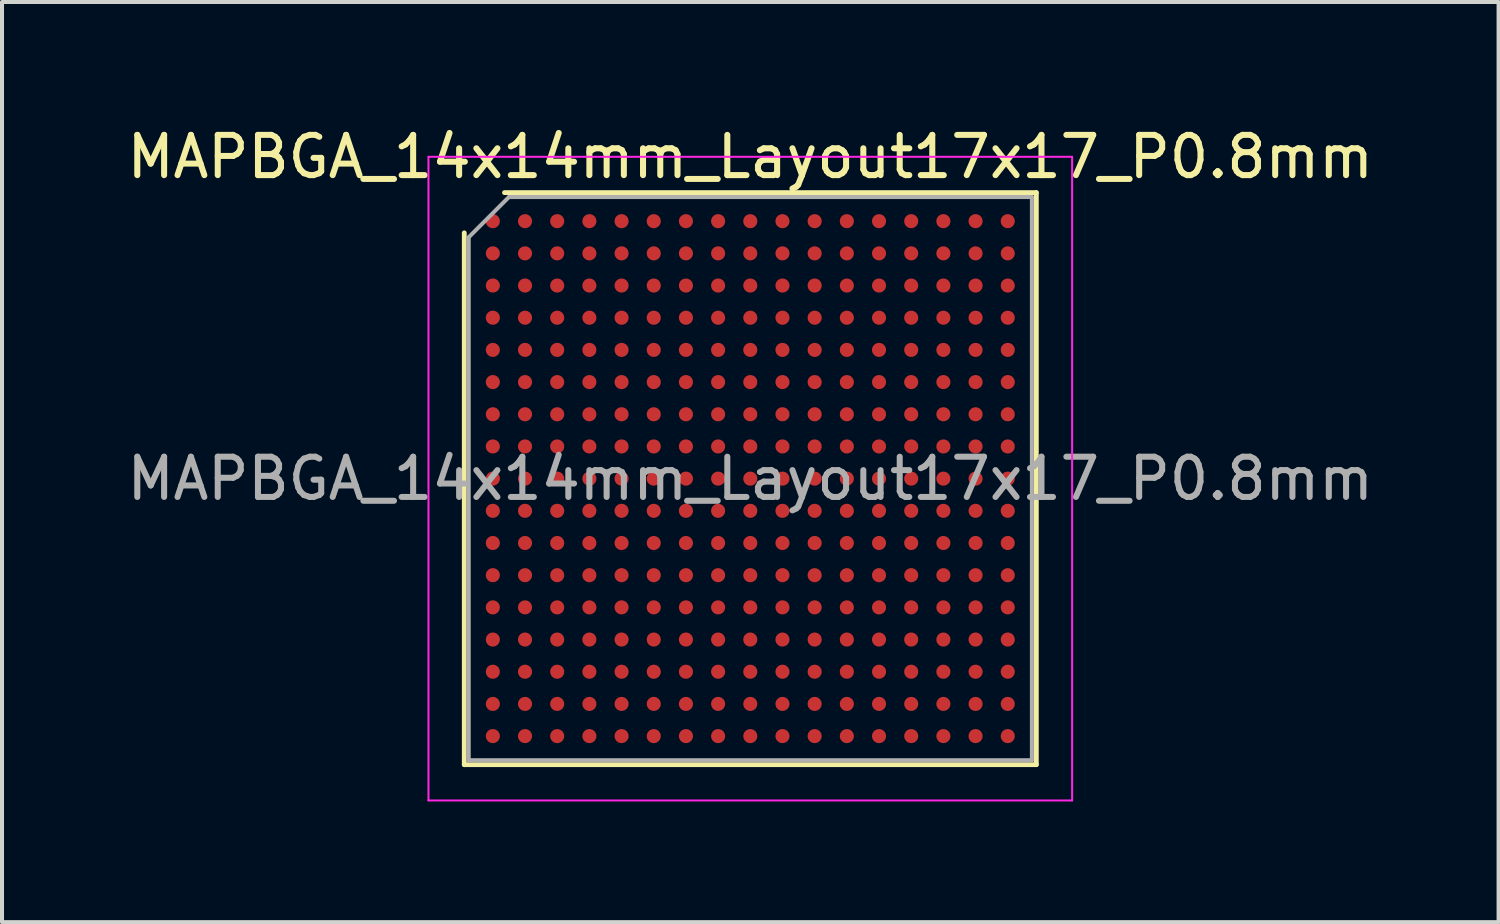
<source format=kicad_pcb>
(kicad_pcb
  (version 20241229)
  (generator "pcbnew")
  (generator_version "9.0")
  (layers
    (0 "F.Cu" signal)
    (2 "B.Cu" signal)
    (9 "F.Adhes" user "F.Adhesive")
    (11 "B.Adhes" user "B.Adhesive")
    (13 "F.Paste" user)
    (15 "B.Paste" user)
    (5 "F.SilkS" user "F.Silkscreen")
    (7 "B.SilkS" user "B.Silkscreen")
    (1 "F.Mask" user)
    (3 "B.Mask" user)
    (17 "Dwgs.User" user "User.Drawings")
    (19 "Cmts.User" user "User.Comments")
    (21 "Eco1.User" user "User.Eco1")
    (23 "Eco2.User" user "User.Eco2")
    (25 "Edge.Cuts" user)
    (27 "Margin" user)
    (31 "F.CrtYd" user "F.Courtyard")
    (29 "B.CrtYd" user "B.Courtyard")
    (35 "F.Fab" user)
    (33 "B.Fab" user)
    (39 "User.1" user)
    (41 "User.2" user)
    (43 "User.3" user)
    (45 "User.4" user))
  (footprint "MAPBGA_14x14mm_Layout17x17_P0.8mm"
    (layer "F.Cu")
    (at 15.601 8.848)
    (property "Reference" "MAPBGA_14x14mm_Layout17x17_P0.8mm" (at 0 -8 0) (layer "F.SilkS") (effects (font (size 1 1) (thickness 0.15))))
    (attr smd)
    (fp_line (start -7.11 7.11) (end -7.11 -6.11) (stroke (width 0.12) (type solid)) (layer "F.SilkS"))
    (fp_line (start -6.11 -7.11) (end 7.11 -7.11) (stroke (width 0.12) (type solid)) (layer "F.SilkS"))
    (fp_line (start 7.11 -7.11) (end 7.11 7.11) (stroke (width 0.12) (type solid)) (layer "F.SilkS"))
    (fp_line (start 7.11 7.11) (end -7.11 7.11) (stroke (width 0.12) (type solid)) (layer "F.SilkS"))
    (fp_line (start -8 -8) (end -8 8) (stroke (width 0.05) (type solid)) (layer "F.CrtYd"))
    (fp_line (start -8 8) (end 8 8) (stroke (width 0.05) (type solid)) (layer "F.CrtYd"))
    (fp_line (start 8 -8) (end -8 -8) (stroke (width 0.05) (type solid)) (layer "F.CrtYd"))
    (fp_line (start 8 8) (end 8 -8) (stroke (width 0.05) (type solid)) (layer "F.CrtYd"))
    (fp_line (start -7 -6) (end -6 -7) (stroke (width 0.1) (type solid)) (layer "F.Fab"))
    (fp_line (start -7 7) (end -7 -6) (stroke (width 0.1) (type solid)) (layer "F.Fab"))
    (fp_line (start -6 -7) (end 7 -7) (stroke (width 0.1) (type solid)) (layer "F.Fab"))
    (fp_line (start 7 -7) (end 7 7) (stroke (width 0.1) (type solid)) (layer "F.Fab"))
    (fp_line (start 7 7) (end -7 7) (stroke (width 0.1) (type solid)) (layer "F.Fab"))
    (fp_text user "${REFERENCE}" (at 0 0 0) (layer "F.Fab") (effects (font (size 1 1) (thickness 0.15))))
    (pad "A1" smd circle (at -6.4 -6.4) (size 0.35 0.35) (layers "F.Cu" "F.Mask" "F.Paste"))
    (pad "A2" smd circle (at -5.6 -6.4) (size 0.35 0.35) (layers "F.Cu" "F.Mask" "F.Paste"))
    (pad "A3" smd circle (at -4.8 -6.4) (size 0.35 0.35) (layers "F.Cu" "F.Mask" "F.Paste"))
    (pad "A4" smd circle (at -4 -6.4) (size 0.35 0.35) (layers "F.Cu" "F.Mask" "F.Paste"))
    (pad "A5" smd circle (at -3.2 -6.4) (size 0.35 0.35) (layers "F.Cu" "F.Mask" "F.Paste"))
    (pad "A6" smd circle (at -2.4 -6.4) (size 0.35 0.35) (layers "F.Cu" "F.Mask" "F.Paste"))
    (pad "A7" smd circle (at -1.6 -6.4) (size 0.35 0.35) (layers "F.Cu" "F.Mask" "F.Paste"))
    (pad "A8" smd circle (at -0.8 -6.4) (size 0.35 0.35) (layers "F.Cu" "F.Mask" "F.Paste"))
    (pad "A9" smd circle (at 0 -6.4) (size 0.35 0.35) (layers "F.Cu" "F.Mask" "F.Paste"))
    (pad "A10" smd circle (at 0.8 -6.4) (size 0.35 0.35) (layers "F.Cu" "F.Mask" "F.Paste"))
    (pad "A11" smd circle (at 1.6 -6.4) (size 0.35 0.35) (layers "F.Cu" "F.Mask" "F.Paste"))
    (pad "A12" smd circle (at 2.4 -6.4) (size 0.35 0.35) (layers "F.Cu" "F.Mask" "F.Paste"))
    (pad "A13" smd circle (at 3.2 -6.4) (size 0.35 0.35) (layers "F.Cu" "F.Mask" "F.Paste"))
    (pad "A14" smd circle (at 4 -6.4) (size 0.35 0.35) (layers "F.Cu" "F.Mask" "F.Paste"))
    (pad "A15" smd circle (at 4.8 -6.4) (size 0.35 0.35) (layers "F.Cu" "F.Mask" "F.Paste"))
    (pad "A16" smd circle (at 5.6 -6.4) (size 0.35 0.35) (layers "F.Cu" "F.Mask" "F.Paste"))
    (pad "A17" smd circle (at 6.4 -6.4) (size 0.35 0.35) (layers "F.Cu" "F.Mask" "F.Paste"))
    (pad "B1" smd circle (at -6.4 -5.6) (size 0.35 0.35) (layers "F.Cu" "F.Mask" "F.Paste"))
    (pad "B2" smd circle (at -5.6 -5.6) (size 0.35 0.35) (layers "F.Cu" "F.Mask" "F.Paste"))
    (pad "B3" smd circle (at -4.8 -5.6) (size 0.35 0.35) (layers "F.Cu" "F.Mask" "F.Paste"))
    (pad "B4" smd circle (at -4 -5.6) (size 0.35 0.35) (layers "F.Cu" "F.Mask" "F.Paste"))
    (pad "B5" smd circle (at -3.2 -5.6) (size 0.35 0.35) (layers "F.Cu" "F.Mask" "F.Paste"))
    (pad "B6" smd circle (at -2.4 -5.6) (size 0.35 0.35) (layers "F.Cu" "F.Mask" "F.Paste"))
    (pad "B7" smd circle (at -1.6 -5.6) (size 0.35 0.35) (layers "F.Cu" "F.Mask" "F.Paste"))
    (pad "B8" smd circle (at -0.8 -5.6) (size 0.35 0.35) (layers "F.Cu" "F.Mask" "F.Paste"))
    (pad "B9" smd circle (at 0 -5.6) (size 0.35 0.35) (layers "F.Cu" "F.Mask" "F.Paste"))
    (pad "B10" smd circle (at 0.8 -5.6) (size 0.35 0.35) (layers "F.Cu" "F.Mask" "F.Paste"))
    (pad "B11" smd circle (at 1.6 -5.6) (size 0.35 0.35) (layers "F.Cu" "F.Mask" "F.Paste"))
    (pad "B12" smd circle (at 2.4 -5.6) (size 0.35 0.35) (layers "F.Cu" "F.Mask" "F.Paste"))
    (pad "B13" smd circle (at 3.2 -5.6) (size 0.35 0.35) (layers "F.Cu" "F.Mask" "F.Paste"))
    (pad "B14" smd circle (at 4 -5.6) (size 0.35 0.35) (layers "F.Cu" "F.Mask" "F.Paste"))
    (pad "B15" smd circle (at 4.8 -5.6) (size 0.35 0.35) (layers "F.Cu" "F.Mask" "F.Paste"))
    (pad "B16" smd circle (at 5.6 -5.6) (size 0.35 0.35) (layers "F.Cu" "F.Mask" "F.Paste"))
    (pad "B17" smd circle (at 6.4 -5.6) (size 0.35 0.35) (layers "F.Cu" "F.Mask" "F.Paste"))
    (pad "C1" smd circle (at -6.4 -4.8) (size 0.35 0.35) (layers "F.Cu" "F.Mask" "F.Paste"))
    (pad "C2" smd circle (at -5.6 -4.8) (size 0.35 0.35) (layers "F.Cu" "F.Mask" "F.Paste"))
    (pad "C3" smd circle (at -4.8 -4.8) (size 0.35 0.35) (layers "F.Cu" "F.Mask" "F.Paste"))
    (pad "C4" smd circle (at -4 -4.8) (size 0.35 0.35) (layers "F.Cu" "F.Mask" "F.Paste"))
    (pad "C5" smd circle (at -3.2 -4.8) (size 0.35 0.35) (layers "F.Cu" "F.Mask" "F.Paste"))
    (pad "C6" smd circle (at -2.4 -4.8) (size 0.35 0.35) (layers "F.Cu" "F.Mask" "F.Paste"))
    (pad "C7" smd circle (at -1.6 -4.8) (size 0.35 0.35) (layers "F.Cu" "F.Mask" "F.Paste"))
    (pad "C8" smd circle (at -0.8 -4.8) (size 0.35 0.35) (layers "F.Cu" "F.Mask" "F.Paste"))
    (pad "C9" smd circle (at 0 -4.8) (size 0.35 0.35) (layers "F.Cu" "F.Mask" "F.Paste"))
    (pad "C10" smd circle (at 0.8 -4.8) (size 0.35 0.35) (layers "F.Cu" "F.Mask" "F.Paste"))
    (pad "C11" smd circle (at 1.6 -4.8) (size 0.35 0.35) (layers "F.Cu" "F.Mask" "F.Paste"))
    (pad "C12" smd circle (at 2.4 -4.8) (size 0.35 0.35) (layers "F.Cu" "F.Mask" "F.Paste"))
    (pad "C13" smd circle (at 3.2 -4.8) (size 0.35 0.35) (layers "F.Cu" "F.Mask" "F.Paste"))
    (pad "C14" smd circle (at 4 -4.8) (size 0.35 0.35) (layers "F.Cu" "F.Mask" "F.Paste"))
    (pad "C15" smd circle (at 4.8 -4.8) (size 0.35 0.35) (layers "F.Cu" "F.Mask" "F.Paste"))
    (pad "C16" smd circle (at 5.6 -4.8) (size 0.35 0.35) (layers "F.Cu" "F.Mask" "F.Paste"))
    (pad "C17" smd circle (at 6.4 -4.8) (size 0.35 0.35) (layers "F.Cu" "F.Mask" "F.Paste"))
    (pad "D1" smd circle (at -6.4 -4) (size 0.35 0.35) (layers "F.Cu" "F.Mask" "F.Paste"))
    (pad "D2" smd circle (at -5.6 -4) (size 0.35 0.35) (layers "F.Cu" "F.Mask" "F.Paste"))
    (pad "D3" smd circle (at -4.8 -4) (size 0.35 0.35) (layers "F.Cu" "F.Mask" "F.Paste"))
    (pad "D4" smd circle (at -4 -4) (size 0.35 0.35) (layers "F.Cu" "F.Mask" "F.Paste"))
    (pad "D5" smd circle (at -3.2 -4) (size 0.35 0.35) (layers "F.Cu" "F.Mask" "F.Paste"))
    (pad "D6" smd circle (at -2.4 -4) (size 0.35 0.35) (layers "F.Cu" "F.Mask" "F.Paste"))
    (pad "D7" smd circle (at -1.6 -4) (size 0.35 0.35) (layers "F.Cu" "F.Mask" "F.Paste"))
    (pad "D8" smd circle (at -0.8 -4) (size 0.35 0.35) (layers "F.Cu" "F.Mask" "F.Paste"))
    (pad "D9" smd circle (at 0 -4) (size 0.35 0.35) (layers "F.Cu" "F.Mask" "F.Paste"))
    (pad "D10" smd circle (at 0.8 -4) (size 0.35 0.35) (layers "F.Cu" "F.Mask" "F.Paste"))
    (pad "D11" smd circle (at 1.6 -4) (size 0.35 0.35) (layers "F.Cu" "F.Mask" "F.Paste"))
    (pad "D12" smd circle (at 2.4 -4) (size 0.35 0.35) (layers "F.Cu" "F.Mask" "F.Paste"))
    (pad "D13" smd circle (at 3.2 -4) (size 0.35 0.35) (layers "F.Cu" "F.Mask" "F.Paste"))
    (pad "D14" smd circle (at 4 -4) (size 0.35 0.35) (layers "F.Cu" "F.Mask" "F.Paste"))
    (pad "D15" smd circle (at 4.8 -4) (size 0.35 0.35) (layers "F.Cu" "F.Mask" "F.Paste"))
    (pad "D16" smd circle (at 5.6 -4) (size 0.35 0.35) (layers "F.Cu" "F.Mask" "F.Paste"))
    (pad "D17" smd circle (at 6.4 -4) (size 0.35 0.35) (layers "F.Cu" "F.Mask" "F.Paste"))
    (pad "E1" smd circle (at -6.4 -3.2) (size 0.35 0.35) (layers "F.Cu" "F.Mask" "F.Paste"))
    (pad "E2" smd circle (at -5.6 -3.2) (size 0.35 0.35) (layers "F.Cu" "F.Mask" "F.Paste"))
    (pad "E3" smd circle (at -4.8 -3.2) (size 0.35 0.35) (layers "F.Cu" "F.Mask" "F.Paste"))
    (pad "E4" smd circle (at -4 -3.2) (size 0.35 0.35) (layers "F.Cu" "F.Mask" "F.Paste"))
    (pad "E5" smd circle (at -3.2 -3.2) (size 0.35 0.35) (layers "F.Cu" "F.Mask" "F.Paste"))
    (pad "E6" smd circle (at -2.4 -3.2) (size 0.35 0.35) (layers "F.Cu" "F.Mask" "F.Paste"))
    (pad "E7" smd circle (at -1.6 -3.2) (size 0.35 0.35) (layers "F.Cu" "F.Mask" "F.Paste"))
    (pad "E8" smd circle (at -0.8 -3.2) (size 0.35 0.35) (layers "F.Cu" "F.Mask" "F.Paste"))
    (pad "E9" smd circle (at 0 -3.2) (size 0.35 0.35) (layers "F.Cu" "F.Mask" "F.Paste"))
    (pad "E10" smd circle (at 0.8 -3.2) (size 0.35 0.35) (layers "F.Cu" "F.Mask" "F.Paste"))
    (pad "E11" smd circle (at 1.6 -3.2) (size 0.35 0.35) (layers "F.Cu" "F.Mask" "F.Paste"))
    (pad "E12" smd circle (at 2.4 -3.2) (size 0.35 0.35) (layers "F.Cu" "F.Mask" "F.Paste"))
    (pad "E13" smd circle (at 3.2 -3.2) (size 0.35 0.35) (layers "F.Cu" "F.Mask" "F.Paste"))
    (pad "E14" smd circle (at 4 -3.2) (size 0.35 0.35) (layers "F.Cu" "F.Mask" "F.Paste"))
    (pad "E15" smd circle (at 4.8 -3.2) (size 0.35 0.35) (layers "F.Cu" "F.Mask" "F.Paste"))
    (pad "E16" smd circle (at 5.6 -3.2) (size 0.35 0.35) (layers "F.Cu" "F.Mask" "F.Paste"))
    (pad "E17" smd circle (at 6.4 -3.2) (size 0.35 0.35) (layers "F.Cu" "F.Mask" "F.Paste"))
    (pad "F1" smd circle (at -6.4 -2.4) (size 0.35 0.35) (layers "F.Cu" "F.Mask" "F.Paste"))
    (pad "F2" smd circle (at -5.6 -2.4) (size 0.35 0.35) (layers "F.Cu" "F.Mask" "F.Paste"))
    (pad "F3" smd circle (at -4.8 -2.4) (size 0.35 0.35) (layers "F.Cu" "F.Mask" "F.Paste"))
    (pad "F4" smd circle (at -4 -2.4) (size 0.35 0.35) (layers "F.Cu" "F.Mask" "F.Paste"))
    (pad "F5" smd circle (at -3.2 -2.4) (size 0.35 0.35) (layers "F.Cu" "F.Mask" "F.Paste"))
    (pad "F6" smd circle (at -2.4 -2.4) (size 0.35 0.35) (layers "F.Cu" "F.Mask" "F.Paste"))
    (pad "F7" smd circle (at -1.6 -2.4) (size 0.35 0.35) (layers "F.Cu" "F.Mask" "F.Paste"))
    (pad "F8" smd circle (at -0.8 -2.4) (size 0.35 0.35) (layers "F.Cu" "F.Mask" "F.Paste"))
    (pad "F9" smd circle (at 0 -2.4) (size 0.35 0.35) (layers "F.Cu" "F.Mask" "F.Paste"))
    (pad "F10" smd circle (at 0.8 -2.4) (size 0.35 0.35) (layers "F.Cu" "F.Mask" "F.Paste"))
    (pad "F11" smd circle (at 1.6 -2.4) (size 0.35 0.35) (layers "F.Cu" "F.Mask" "F.Paste"))
    (pad "F12" smd circle (at 2.4 -2.4) (size 0.35 0.35) (layers "F.Cu" "F.Mask" "F.Paste"))
    (pad "F13" smd circle (at 3.2 -2.4) (size 0.35 0.35) (layers "F.Cu" "F.Mask" "F.Paste"))
    (pad "F14" smd circle (at 4 -2.4) (size 0.35 0.35) (layers "F.Cu" "F.Mask" "F.Paste"))
    (pad "F15" smd circle (at 4.8 -2.4) (size 0.35 0.35) (layers "F.Cu" "F.Mask" "F.Paste"))
    (pad "F16" smd circle (at 5.6 -2.4) (size 0.35 0.35) (layers "F.Cu" "F.Mask" "F.Paste"))
    (pad "F17" smd circle (at 6.4 -2.4) (size 0.35 0.35) (layers "F.Cu" "F.Mask" "F.Paste"))
    (pad "G1" smd circle (at -6.4 -1.6) (size 0.35 0.35) (layers "F.Cu" "F.Mask" "F.Paste"))
    (pad "G2" smd circle (at -5.6 -1.6) (size 0.35 0.35) (layers "F.Cu" "F.Mask" "F.Paste"))
    (pad "G3" smd circle (at -4.8 -1.6) (size 0.35 0.35) (layers "F.Cu" "F.Mask" "F.Paste"))
    (pad "G4" smd circle (at -4 -1.6) (size 0.35 0.35) (layers "F.Cu" "F.Mask" "F.Paste"))
    (pad "G5" smd circle (at -3.2 -1.6) (size 0.35 0.35) (layers "F.Cu" "F.Mask" "F.Paste"))
    (pad "G6" smd circle (at -2.4 -1.6) (size 0.35 0.35) (layers "F.Cu" "F.Mask" "F.Paste"))
    (pad "G7" smd circle (at -1.6 -1.6) (size 0.35 0.35) (layers "F.Cu" "F.Mask" "F.Paste"))
    (pad "G8" smd circle (at -0.8 -1.6) (size 0.35 0.35) (layers "F.Cu" "F.Mask" "F.Paste"))
    (pad "G9" smd circle (at 0 -1.6) (size 0.35 0.35) (layers "F.Cu" "F.Mask" "F.Paste"))
    (pad "G10" smd circle (at 0.8 -1.6) (size 0.35 0.35) (layers "F.Cu" "F.Mask" "F.Paste"))
    (pad "G11" smd circle (at 1.6 -1.6) (size 0.35 0.35) (layers "F.Cu" "F.Mask" "F.Paste"))
    (pad "G12" smd circle (at 2.4 -1.6) (size 0.35 0.35) (layers "F.Cu" "F.Mask" "F.Paste"))
    (pad "G13" smd circle (at 3.2 -1.6) (size 0.35 0.35) (layers "F.Cu" "F.Mask" "F.Paste"))
    (pad "G14" smd circle (at 4 -1.6) (size 0.35 0.35) (layers "F.Cu" "F.Mask" "F.Paste"))
    (pad "G15" smd circle (at 4.8 -1.6) (size 0.35 0.35) (layers "F.Cu" "F.Mask" "F.Paste"))
    (pad "G16" smd circle (at 5.6 -1.6) (size 0.35 0.35) (layers "F.Cu" "F.Mask" "F.Paste"))
    (pad "G17" smd circle (at 6.4 -1.6) (size 0.35 0.35) (layers "F.Cu" "F.Mask" "F.Paste"))
    (pad "H1" smd circle (at -6.4 -0.8) (size 0.35 0.35) (layers "F.Cu" "F.Mask" "F.Paste"))
    (pad "H2" smd circle (at -5.6 -0.8) (size 0.35 0.35) (layers "F.Cu" "F.Mask" "F.Paste"))
    (pad "H3" smd circle (at -4.8 -0.8) (size 0.35 0.35) (layers "F.Cu" "F.Mask" "F.Paste"))
    (pad "H4" smd circle (at -4 -0.8) (size 0.35 0.35) (layers "F.Cu" "F.Mask" "F.Paste"))
    (pad "H5" smd circle (at -3.2 -0.8) (size 0.35 0.35) (layers "F.Cu" "F.Mask" "F.Paste"))
    (pad "H6" smd circle (at -2.4 -0.8) (size 0.35 0.35) (layers "F.Cu" "F.Mask" "F.Paste"))
    (pad "H7" smd circle (at -1.6 -0.8) (size 0.35 0.35) (layers "F.Cu" "F.Mask" "F.Paste"))
    (pad "H8" smd circle (at -0.8 -0.8) (size 0.35 0.35) (layers "F.Cu" "F.Mask" "F.Paste"))
    (pad "H9" smd circle (at 0 -0.8) (size 0.35 0.35) (layers "F.Cu" "F.Mask" "F.Paste"))
    (pad "H10" smd circle (at 0.8 -0.8) (size 0.35 0.35) (layers "F.Cu" "F.Mask" "F.Paste"))
    (pad "H11" smd circle (at 1.6 -0.8) (size 0.35 0.35) (layers "F.Cu" "F.Mask" "F.Paste"))
    (pad "H12" smd circle (at 2.4 -0.8) (size 0.35 0.35) (layers "F.Cu" "F.Mask" "F.Paste"))
    (pad "H13" smd circle (at 3.2 -0.8) (size 0.35 0.35) (layers "F.Cu" "F.Mask" "F.Paste"))
    (pad "H14" smd circle (at 4 -0.8) (size 0.35 0.35) (layers "F.Cu" "F.Mask" "F.Paste"))
    (pad "H15" smd circle (at 4.8 -0.8) (size 0.35 0.35) (layers "F.Cu" "F.Mask" "F.Paste"))
    (pad "H16" smd circle (at 5.6 -0.8) (size 0.35 0.35) (layers "F.Cu" "F.Mask" "F.Paste"))
    (pad "H17" smd circle (at 6.4 -0.8) (size 0.35 0.35) (layers "F.Cu" "F.Mask" "F.Paste"))
    (pad "J1" smd circle (at -6.4 0) (size 0.35 0.35) (layers "F.Cu" "F.Mask" "F.Paste"))
    (pad "J2" smd circle (at -5.6 0) (size 0.35 0.35) (layers "F.Cu" "F.Mask" "F.Paste"))
    (pad "J3" smd circle (at -4.8 0) (size 0.35 0.35) (layers "F.Cu" "F.Mask" "F.Paste"))
    (pad "J4" smd circle (at -4 0) (size 0.35 0.35) (layers "F.Cu" "F.Mask" "F.Paste"))
    (pad "J5" smd circle (at -3.2 0) (size 0.35 0.35) (layers "F.Cu" "F.Mask" "F.Paste"))
    (pad "J6" smd circle (at -2.4 0) (size 0.35 0.35) (layers "F.Cu" "F.Mask" "F.Paste"))
    (pad "J7" smd circle (at -1.6 0) (size 0.35 0.35) (layers "F.Cu" "F.Mask" "F.Paste"))
    (pad "J8" smd circle (at -0.8 0) (size 0.35 0.35) (layers "F.Cu" "F.Mask" "F.Paste"))
    (pad "J9" smd circle (at 0 0) (size 0.35 0.35) (layers "F.Cu" "F.Mask" "F.Paste"))
    (pad "J10" smd circle (at 0.8 0) (size 0.35 0.35) (layers "F.Cu" "F.Mask" "F.Paste"))
    (pad "J11" smd circle (at 1.6 0) (size 0.35 0.35) (layers "F.Cu" "F.Mask" "F.Paste"))
    (pad "J12" smd circle (at 2.4 0) (size 0.35 0.35) (layers "F.Cu" "F.Mask" "F.Paste"))
    (pad "J13" smd circle (at 3.2 0) (size 0.35 0.35) (layers "F.Cu" "F.Mask" "F.Paste"))
    (pad "J14" smd circle (at 4 0) (size 0.35 0.35) (layers "F.Cu" "F.Mask" "F.Paste"))
    (pad "J15" smd circle (at 4.8 0) (size 0.35 0.35) (layers "F.Cu" "F.Mask" "F.Paste"))
    (pad "J16" smd circle (at 5.6 0) (size 0.35 0.35) (layers "F.Cu" "F.Mask" "F.Paste"))
    (pad "J17" smd circle (at 6.4 0) (size 0.35 0.35) (layers "F.Cu" "F.Mask" "F.Paste"))
    (pad "K1" smd circle (at -6.4 0.8) (size 0.35 0.35) (layers "F.Cu" "F.Mask" "F.Paste"))
    (pad "K2" smd circle (at -5.6 0.8) (size 0.35 0.35) (layers "F.Cu" "F.Mask" "F.Paste"))
    (pad "K3" smd circle (at -4.8 0.8) (size 0.35 0.35) (layers "F.Cu" "F.Mask" "F.Paste"))
    (pad "K4" smd circle (at -4 0.8) (size 0.35 0.35) (layers "F.Cu" "F.Mask" "F.Paste"))
    (pad "K5" smd circle (at -3.2 0.8) (size 0.35 0.35) (layers "F.Cu" "F.Mask" "F.Paste"))
    (pad "K6" smd circle (at -2.4 0.8) (size 0.35 0.35) (layers "F.Cu" "F.Mask" "F.Paste"))
    (pad "K7" smd circle (at -1.6 0.8) (size 0.35 0.35) (layers "F.Cu" "F.Mask" "F.Paste"))
    (pad "K8" smd circle (at -0.8 0.8) (size 0.35 0.35) (layers "F.Cu" "F.Mask" "F.Paste"))
    (pad "K9" smd circle (at 0 0.8) (size 0.35 0.35) (layers "F.Cu" "F.Mask" "F.Paste"))
    (pad "K10" smd circle (at 0.8 0.8) (size 0.35 0.35) (layers "F.Cu" "F.Mask" "F.Paste"))
    (pad "K11" smd circle (at 1.6 0.8) (size 0.35 0.35) (layers "F.Cu" "F.Mask" "F.Paste"))
    (pad "K12" smd circle (at 2.4 0.8) (size 0.35 0.35) (layers "F.Cu" "F.Mask" "F.Paste"))
    (pad "K13" smd circle (at 3.2 0.8) (size 0.35 0.35) (layers "F.Cu" "F.Mask" "F.Paste"))
    (pad "K14" smd circle (at 4 0.8) (size 0.35 0.35) (layers "F.Cu" "F.Mask" "F.Paste"))
    (pad "K15" smd circle (at 4.8 0.8) (size 0.35 0.35) (layers "F.Cu" "F.Mask" "F.Paste"))
    (pad "K16" smd circle (at 5.6 0.8) (size 0.35 0.35) (layers "F.Cu" "F.Mask" "F.Paste"))
    (pad "K17" smd circle (at 6.4 0.8) (size 0.35 0.35) (layers "F.Cu" "F.Mask" "F.Paste"))
    (pad "L1" smd circle (at -6.4 1.6) (size 0.35 0.35) (layers "F.Cu" "F.Mask" "F.Paste"))
    (pad "L2" smd circle (at -5.6 1.6) (size 0.35 0.35) (layers "F.Cu" "F.Mask" "F.Paste"))
    (pad "L3" smd circle (at -4.8 1.6) (size 0.35 0.35) (layers "F.Cu" "F.Mask" "F.Paste"))
    (pad "L4" smd circle (at -4 1.6) (size 0.35 0.35) (layers "F.Cu" "F.Mask" "F.Paste"))
    (pad "L5" smd circle (at -3.2 1.6) (size 0.35 0.35) (layers "F.Cu" "F.Mask" "F.Paste"))
    (pad "L6" smd circle (at -2.4 1.6) (size 0.35 0.35) (layers "F.Cu" "F.Mask" "F.Paste"))
    (pad "L7" smd circle (at -1.6 1.6) (size 0.35 0.35) (layers "F.Cu" "F.Mask" "F.Paste"))
    (pad "L8" smd circle (at -0.8 1.6) (size 0.35 0.35) (layers "F.Cu" "F.Mask" "F.Paste"))
    (pad "L9" smd circle (at 0 1.6) (size 0.35 0.35) (layers "F.Cu" "F.Mask" "F.Paste"))
    (pad "L10" smd circle (at 0.8 1.6) (size 0.35 0.35) (layers "F.Cu" "F.Mask" "F.Paste"))
    (pad "L11" smd circle (at 1.6 1.6) (size 0.35 0.35) (layers "F.Cu" "F.Mask" "F.Paste"))
    (pad "L12" smd circle (at 2.4 1.6) (size 0.35 0.35) (layers "F.Cu" "F.Mask" "F.Paste"))
    (pad "L13" smd circle (at 3.2 1.6) (size 0.35 0.35) (layers "F.Cu" "F.Mask" "F.Paste"))
    (pad "L14" smd circle (at 4 1.6) (size 0.35 0.35) (layers "F.Cu" "F.Mask" "F.Paste"))
    (pad "L15" smd circle (at 4.8 1.6) (size 0.35 0.35) (layers "F.Cu" "F.Mask" "F.Paste"))
    (pad "L16" smd circle (at 5.6 1.6) (size 0.35 0.35) (layers "F.Cu" "F.Mask" "F.Paste"))
    (pad "L17" smd circle (at 6.4 1.6) (size 0.35 0.35) (layers "F.Cu" "F.Mask" "F.Paste"))
    (pad "M1" smd circle (at -6.4 2.4) (size 0.35 0.35) (layers "F.Cu" "F.Mask" "F.Paste"))
    (pad "M2" smd circle (at -5.6 2.4) (size 0.35 0.35) (layers "F.Cu" "F.Mask" "F.Paste"))
    (pad "M3" smd circle (at -4.8 2.4) (size 0.35 0.35) (layers "F.Cu" "F.Mask" "F.Paste"))
    (pad "M4" smd circle (at -4 2.4) (size 0.35 0.35) (layers "F.Cu" "F.Mask" "F.Paste"))
    (pad "M5" smd circle (at -3.2 2.4) (size 0.35 0.35) (layers "F.Cu" "F.Mask" "F.Paste"))
    (pad "M6" smd circle (at -2.4 2.4) (size 0.35 0.35) (layers "F.Cu" "F.Mask" "F.Paste"))
    (pad "M7" smd circle (at -1.6 2.4) (size 0.35 0.35) (layers "F.Cu" "F.Mask" "F.Paste"))
    (pad "M8" smd circle (at -0.8 2.4) (size 0.35 0.35) (layers "F.Cu" "F.Mask" "F.Paste"))
    (pad "M9" smd circle (at 0 2.4) (size 0.35 0.35) (layers "F.Cu" "F.Mask" "F.Paste"))
    (pad "M10" smd circle (at 0.8 2.4) (size 0.35 0.35) (layers "F.Cu" "F.Mask" "F.Paste"))
    (pad "M11" smd circle (at 1.6 2.4) (size 0.35 0.35) (layers "F.Cu" "F.Mask" "F.Paste"))
    (pad "M12" smd circle (at 2.4 2.4) (size 0.35 0.35) (layers "F.Cu" "F.Mask" "F.Paste"))
    (pad "M13" smd circle (at 3.2 2.4) (size 0.35 0.35) (layers "F.Cu" "F.Mask" "F.Paste"))
    (pad "M14" smd circle (at 4 2.4) (size 0.35 0.35) (layers "F.Cu" "F.Mask" "F.Paste"))
    (pad "M15" smd circle (at 4.8 2.4) (size 0.35 0.35) (layers "F.Cu" "F.Mask" "F.Paste"))
    (pad "M16" smd circle (at 5.6 2.4) (size 0.35 0.35) (layers "F.Cu" "F.Mask" "F.Paste"))
    (pad "M17" smd circle (at 6.4 2.4) (size 0.35 0.35) (layers "F.Cu" "F.Mask" "F.Paste"))
    (pad "N1" smd circle (at -6.4 3.2) (size 0.35 0.35) (layers "F.Cu" "F.Mask" "F.Paste"))
    (pad "N2" smd circle (at -5.6 3.2) (size 0.35 0.35) (layers "F.Cu" "F.Mask" "F.Paste"))
    (pad "N3" smd circle (at -4.8 3.2) (size 0.35 0.35) (layers "F.Cu" "F.Mask" "F.Paste"))
    (pad "N4" smd circle (at -4 3.2) (size 0.35 0.35) (layers "F.Cu" "F.Mask" "F.Paste"))
    (pad "N5" smd circle (at -3.2 3.2) (size 0.35 0.35) (layers "F.Cu" "F.Mask" "F.Paste"))
    (pad "N6" smd circle (at -2.4 3.2) (size 0.35 0.35) (layers "F.Cu" "F.Mask" "F.Paste"))
    (pad "N7" smd circle (at -1.6 3.2) (size 0.35 0.35) (layers "F.Cu" "F.Mask" "F.Paste"))
    (pad "N8" smd circle (at -0.8 3.2) (size 0.35 0.35) (layers "F.Cu" "F.Mask" "F.Paste"))
    (pad "N9" smd circle (at 0 3.2) (size 0.35 0.35) (layers "F.Cu" "F.Mask" "F.Paste"))
    (pad "N10" smd circle (at 0.8 3.2) (size 0.35 0.35) (layers "F.Cu" "F.Mask" "F.Paste"))
    (pad "N11" smd circle (at 1.6 3.2) (size 0.35 0.35) (layers "F.Cu" "F.Mask" "F.Paste"))
    (pad "N12" smd circle (at 2.4 3.2) (size 0.35 0.35) (layers "F.Cu" "F.Mask" "F.Paste"))
    (pad "N13" smd circle (at 3.2 3.2) (size 0.35 0.35) (layers "F.Cu" "F.Mask" "F.Paste"))
    (pad "N14" smd circle (at 4 3.2) (size 0.35 0.35) (layers "F.Cu" "F.Mask" "F.Paste"))
    (pad "N15" smd circle (at 4.8 3.2) (size 0.35 0.35) (layers "F.Cu" "F.Mask" "F.Paste"))
    (pad "N16" smd circle (at 5.6 3.2) (size 0.35 0.35) (layers "F.Cu" "F.Mask" "F.Paste"))
    (pad "N17" smd circle (at 6.4 3.2) (size 0.35 0.35) (layers "F.Cu" "F.Mask" "F.Paste"))
    (pad "P1" smd circle (at -6.4 4) (size 0.35 0.35) (layers "F.Cu" "F.Mask" "F.Paste"))
    (pad "P2" smd circle (at -5.6 4) (size 0.35 0.35) (layers "F.Cu" "F.Mask" "F.Paste"))
    (pad "P3" smd circle (at -4.8 4) (size 0.35 0.35) (layers "F.Cu" "F.Mask" "F.Paste"))
    (pad "P4" smd circle (at -4 4) (size 0.35 0.35) (layers "F.Cu" "F.Mask" "F.Paste"))
    (pad "P5" smd circle (at -3.2 4) (size 0.35 0.35) (layers "F.Cu" "F.Mask" "F.Paste"))
    (pad "P6" smd circle (at -2.4 4) (size 0.35 0.35) (layers "F.Cu" "F.Mask" "F.Paste"))
    (pad "P7" smd circle (at -1.6 4) (size 0.35 0.35) (layers "F.Cu" "F.Mask" "F.Paste"))
    (pad "P8" smd circle (at -0.8 4) (size 0.35 0.35) (layers "F.Cu" "F.Mask" "F.Paste"))
    (pad "P9" smd circle (at 0 4) (size 0.35 0.35) (layers "F.Cu" "F.Mask" "F.Paste"))
    (pad "P10" smd circle (at 0.8 4) (size 0.35 0.35) (layers "F.Cu" "F.Mask" "F.Paste"))
    (pad "P11" smd circle (at 1.6 4) (size 0.35 0.35) (layers "F.Cu" "F.Mask" "F.Paste"))
    (pad "P12" smd circle (at 2.4 4) (size 0.35 0.35) (layers "F.Cu" "F.Mask" "F.Paste"))
    (pad "P13" smd circle (at 3.2 4) (size 0.35 0.35) (layers "F.Cu" "F.Mask" "F.Paste"))
    (pad "P14" smd circle (at 4 4) (size 0.35 0.35) (layers "F.Cu" "F.Mask" "F.Paste"))
    (pad "P15" smd circle (at 4.8 4) (size 0.35 0.35) (layers "F.Cu" "F.Mask" "F.Paste"))
    (pad "P16" smd circle (at 5.6 4) (size 0.35 0.35) (layers "F.Cu" "F.Mask" "F.Paste"))
    (pad "P17" smd circle (at 6.4 4) (size 0.35 0.35) (layers "F.Cu" "F.Mask" "F.Paste"))
    (pad "R1" smd circle (at -6.4 4.8) (size 0.35 0.35) (layers "F.Cu" "F.Mask" "F.Paste"))
    (pad "R2" smd circle (at -5.6 4.8) (size 0.35 0.35) (layers "F.Cu" "F.Mask" "F.Paste"))
    (pad "R3" smd circle (at -4.8 4.8) (size 0.35 0.35) (layers "F.Cu" "F.Mask" "F.Paste"))
    (pad "R4" smd circle (at -4 4.8) (size 0.35 0.35) (layers "F.Cu" "F.Mask" "F.Paste"))
    (pad "R5" smd circle (at -3.2 4.8) (size 0.35 0.35) (layers "F.Cu" "F.Mask" "F.Paste"))
    (pad "R6" smd circle (at -2.4 4.8) (size 0.35 0.35) (layers "F.Cu" "F.Mask" "F.Paste"))
    (pad "R7" smd circle (at -1.6 4.8) (size 0.35 0.35) (layers "F.Cu" "F.Mask" "F.Paste"))
    (pad "R8" smd circle (at -0.8 4.8) (size 0.35 0.35) (layers "F.Cu" "F.Mask" "F.Paste"))
    (pad "R9" smd circle (at 0 4.8) (size 0.35 0.35) (layers "F.Cu" "F.Mask" "F.Paste"))
    (pad "R10" smd circle (at 0.8 4.8) (size 0.35 0.35) (layers "F.Cu" "F.Mask" "F.Paste"))
    (pad "R11" smd circle (at 1.6 4.8) (size 0.35 0.35) (layers "F.Cu" "F.Mask" "F.Paste"))
    (pad "R12" smd circle (at 2.4 4.8) (size 0.35 0.35) (layers "F.Cu" "F.Mask" "F.Paste"))
    (pad "R13" smd circle (at 3.2 4.8) (size 0.35 0.35) (layers "F.Cu" "F.Mask" "F.Paste"))
    (pad "R14" smd circle (at 4 4.8) (size 0.35 0.35) (layers "F.Cu" "F.Mask" "F.Paste"))
    (pad "R15" smd circle (at 4.8 4.8) (size 0.35 0.35) (layers "F.Cu" "F.Mask" "F.Paste"))
    (pad "R16" smd circle (at 5.6 4.8) (size 0.35 0.35) (layers "F.Cu" "F.Mask" "F.Paste"))
    (pad "R17" smd circle (at 6.4 4.8) (size 0.35 0.35) (layers "F.Cu" "F.Mask" "F.Paste"))
    (pad "T1" smd circle (at -6.4 5.6) (size 0.35 0.35) (layers "F.Cu" "F.Mask" "F.Paste"))
    (pad "T2" smd circle (at -5.6 5.6) (size 0.35 0.35) (layers "F.Cu" "F.Mask" "F.Paste"))
    (pad "T3" smd circle (at -4.8 5.6) (size 0.35 0.35) (layers "F.Cu" "F.Mask" "F.Paste"))
    (pad "T4" smd circle (at -4 5.6) (size 0.35 0.35) (layers "F.Cu" "F.Mask" "F.Paste"))
    (pad "T5" smd circle (at -3.2 5.6) (size 0.35 0.35) (layers "F.Cu" "F.Mask" "F.Paste"))
    (pad "T6" smd circle (at -2.4 5.6) (size 0.35 0.35) (layers "F.Cu" "F.Mask" "F.Paste"))
    (pad "T7" smd circle (at -1.6 5.6) (size 0.35 0.35) (layers "F.Cu" "F.Mask" "F.Paste"))
    (pad "T8" smd circle (at -0.8 5.6) (size 0.35 0.35) (layers "F.Cu" "F.Mask" "F.Paste"))
    (pad "T9" smd circle (at 0 5.6) (size 0.35 0.35) (layers "F.Cu" "F.Mask" "F.Paste"))
    (pad "T10" smd circle (at 0.8 5.6) (size 0.35 0.35) (layers "F.Cu" "F.Mask" "F.Paste"))
    (pad "T11" smd circle (at 1.6 5.6) (size 0.35 0.35) (layers "F.Cu" "F.Mask" "F.Paste"))
    (pad "T12" smd circle (at 2.4 5.6) (size 0.35 0.35) (layers "F.Cu" "F.Mask" "F.Paste"))
    (pad "T13" smd circle (at 3.2 5.6) (size 0.35 0.35) (layers "F.Cu" "F.Mask" "F.Paste"))
    (pad "T14" smd circle (at 4 5.6) (size 0.35 0.35) (layers "F.Cu" "F.Mask" "F.Paste"))
    (pad "T15" smd circle (at 4.8 5.6) (size 0.35 0.35) (layers "F.Cu" "F.Mask" "F.Paste"))
    (pad "T16" smd circle (at 5.6 5.6) (size 0.35 0.35) (layers "F.Cu" "F.Mask" "F.Paste"))
    (pad "T17" smd circle (at 6.4 5.6) (size 0.35 0.35) (layers "F.Cu" "F.Mask" "F.Paste"))
    (pad "U1" smd circle (at -6.4 6.4) (size 0.35 0.35) (layers "F.Cu" "F.Mask" "F.Paste"))
    (pad "U2" smd circle (at -5.6 6.4) (size 0.35 0.35) (layers "F.Cu" "F.Mask" "F.Paste"))
    (pad "U3" smd circle (at -4.8 6.4) (size 0.35 0.35) (layers "F.Cu" "F.Mask" "F.Paste"))
    (pad "U4" smd circle (at -4 6.4) (size 0.35 0.35) (layers "F.Cu" "F.Mask" "F.Paste"))
    (pad "U5" smd circle (at -3.2 6.4) (size 0.35 0.35) (layers "F.Cu" "F.Mask" "F.Paste"))
    (pad "U6" smd circle (at -2.4 6.4) (size 0.35 0.35) (layers "F.Cu" "F.Mask" "F.Paste"))
    (pad "U7" smd circle (at -1.6 6.4) (size 0.35 0.35) (layers "F.Cu" "F.Mask" "F.Paste"))
    (pad "U8" smd circle (at -0.8 6.4) (size 0.35 0.35) (layers "F.Cu" "F.Mask" "F.Paste"))
    (pad "U9" smd circle (at 0 6.4) (size 0.35 0.35) (layers "F.Cu" "F.Mask" "F.Paste"))
    (pad "U10" smd circle (at 0.8 6.4) (size 0.35 0.35) (layers "F.Cu" "F.Mask" "F.Paste"))
    (pad "U11" smd circle (at 1.6 6.4) (size 0.35 0.35) (layers "F.Cu" "F.Mask" "F.Paste"))
    (pad "U12" smd circle (at 2.4 6.4) (size 0.35 0.35) (layers "F.Cu" "F.Mask" "F.Paste"))
    (pad "U13" smd circle (at 3.2 6.4) (size 0.35 0.35) (layers "F.Cu" "F.Mask" "F.Paste"))
    (pad "U14" smd circle (at 4 6.4) (size 0.35 0.35) (layers "F.Cu" "F.Mask" "F.Paste"))
    (pad "U15" smd circle (at 4.8 6.4) (size 0.35 0.35) (layers "F.Cu" "F.Mask" "F.Paste"))
    (pad "U16" smd circle (at 5.6 6.4) (size 0.35 0.35) (layers "F.Cu" "F.Mask" "F.Paste"))
    (pad "U17" smd circle (at 6.4 6.4) (size 0.35 0.35) (layers "F.Cu" "F.Mask" "F.Paste")))
  (gr_rect
    (start -3 -3)
    (end 34.202 19.873)
    (stroke (width 0.1) (type default))
    (fill no)
    (layer "Edge.Cuts")))
</source>
